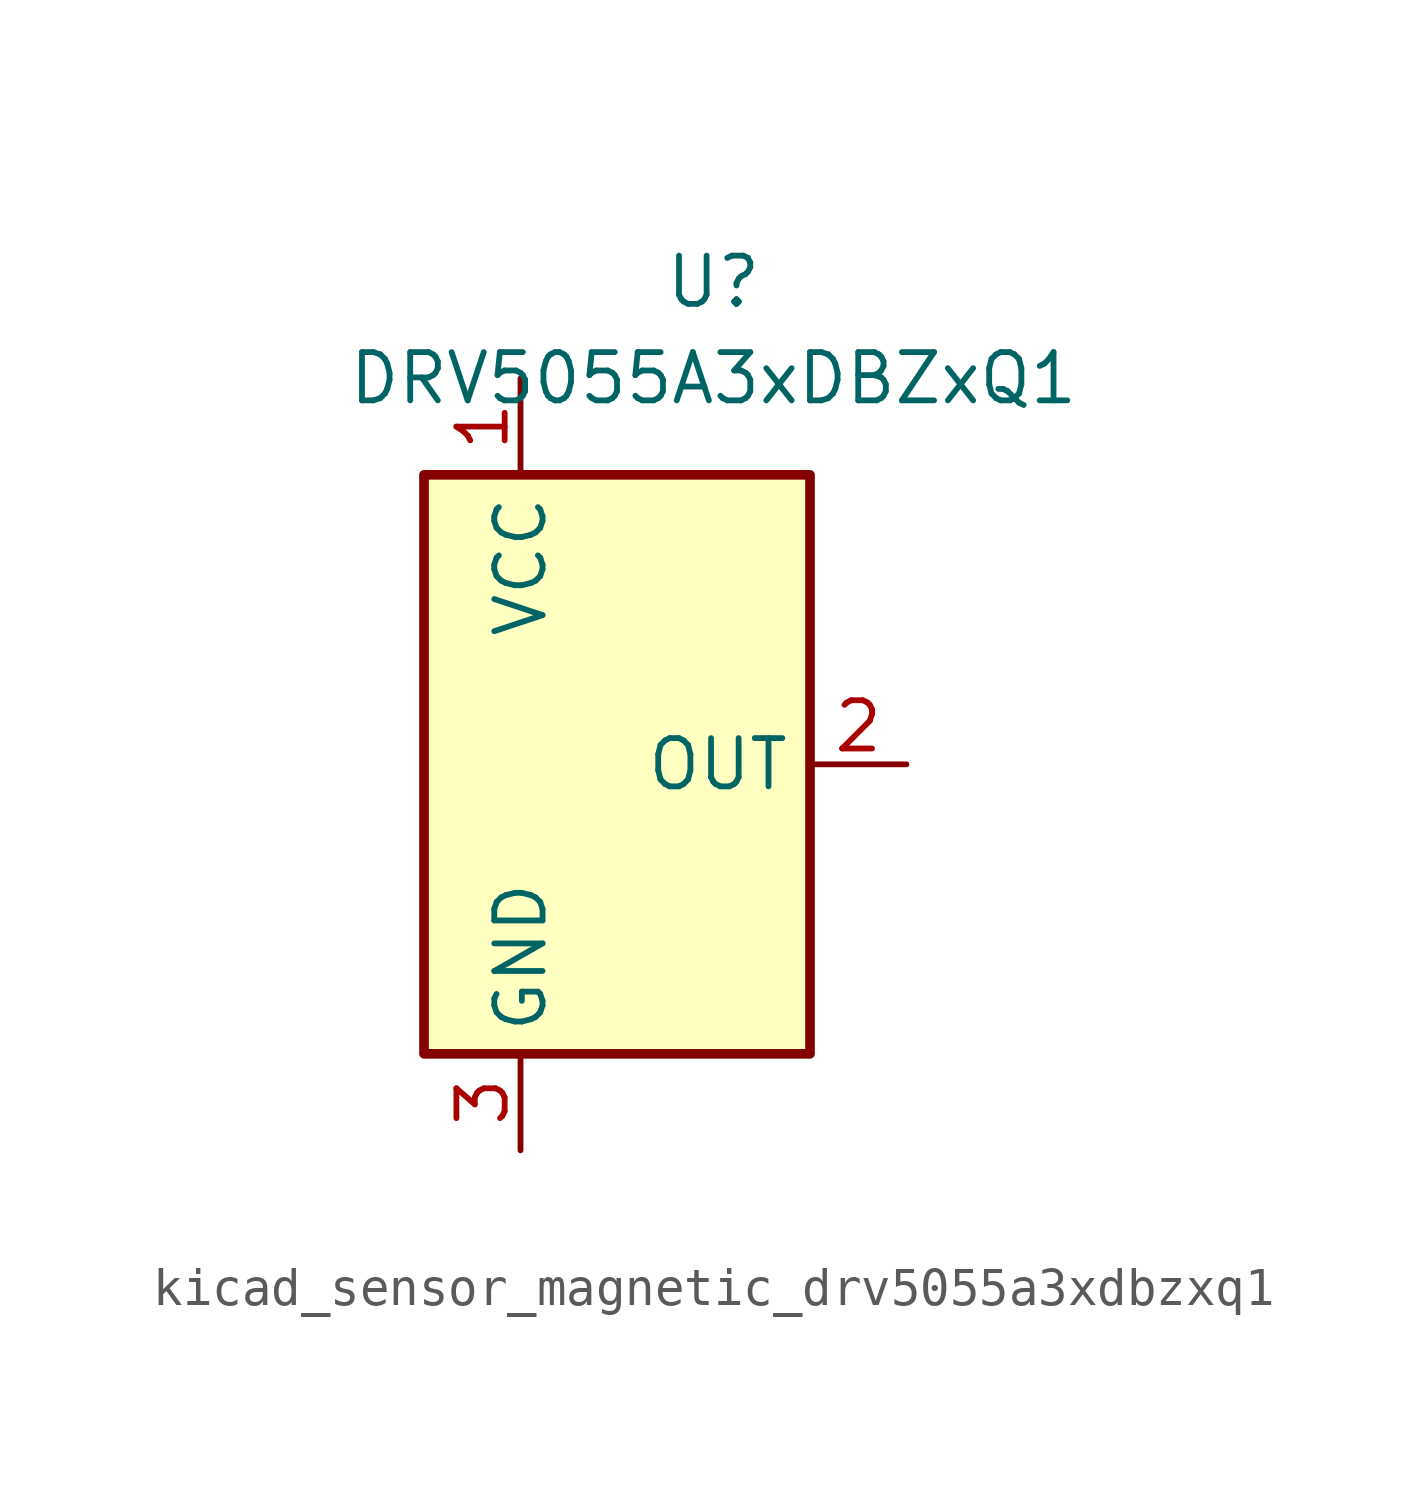
<source format=kicad_sym>
(kicad_symbol_lib
  (version 20220914)
  (generator kicad_symbol_editor)
  (symbol "kicad_sensor_magnetic_drv5055a3xdbzxq1"
    (property "Reference" "U"
      (at 2.54 12.7 0)
      (effects (font (size 1.27 1.27))))
    (property "Value" "DRV5055A3xDBZxQ1"
      (at 2.54 10.16 0)
      (effects (font (size 1.27 1.27))))
    (symbol "kicad_sensor_magnetic_drv5055a3xdbzxq1_1_1"
      (rectangle (start -5.08 7.62) (end 5.08 -7.62) (stroke (width 0.254) (type default)) (fill (type background)))
      (pin power_in line (at -2.54 10.16 270) (length 2.54) (name "VCC" (effects (font (size 1.27 1.27)))) (number "1" (effects (font (size 1.27 1.27)))))
      (pin output line (at 7.62 0 180) (length 2.54) (name "OUT" (effects (font (size 1.27 1.27)))) (number "2" (effects (font (size 1.27 1.27)))))
      (pin power_in line (at -2.54 -10.16 90) (length 2.54) (name "GND" (effects (font (size 1.27 1.27)))) (number "3" (effects (font (size 1.27 1.27))))))))
</source>
